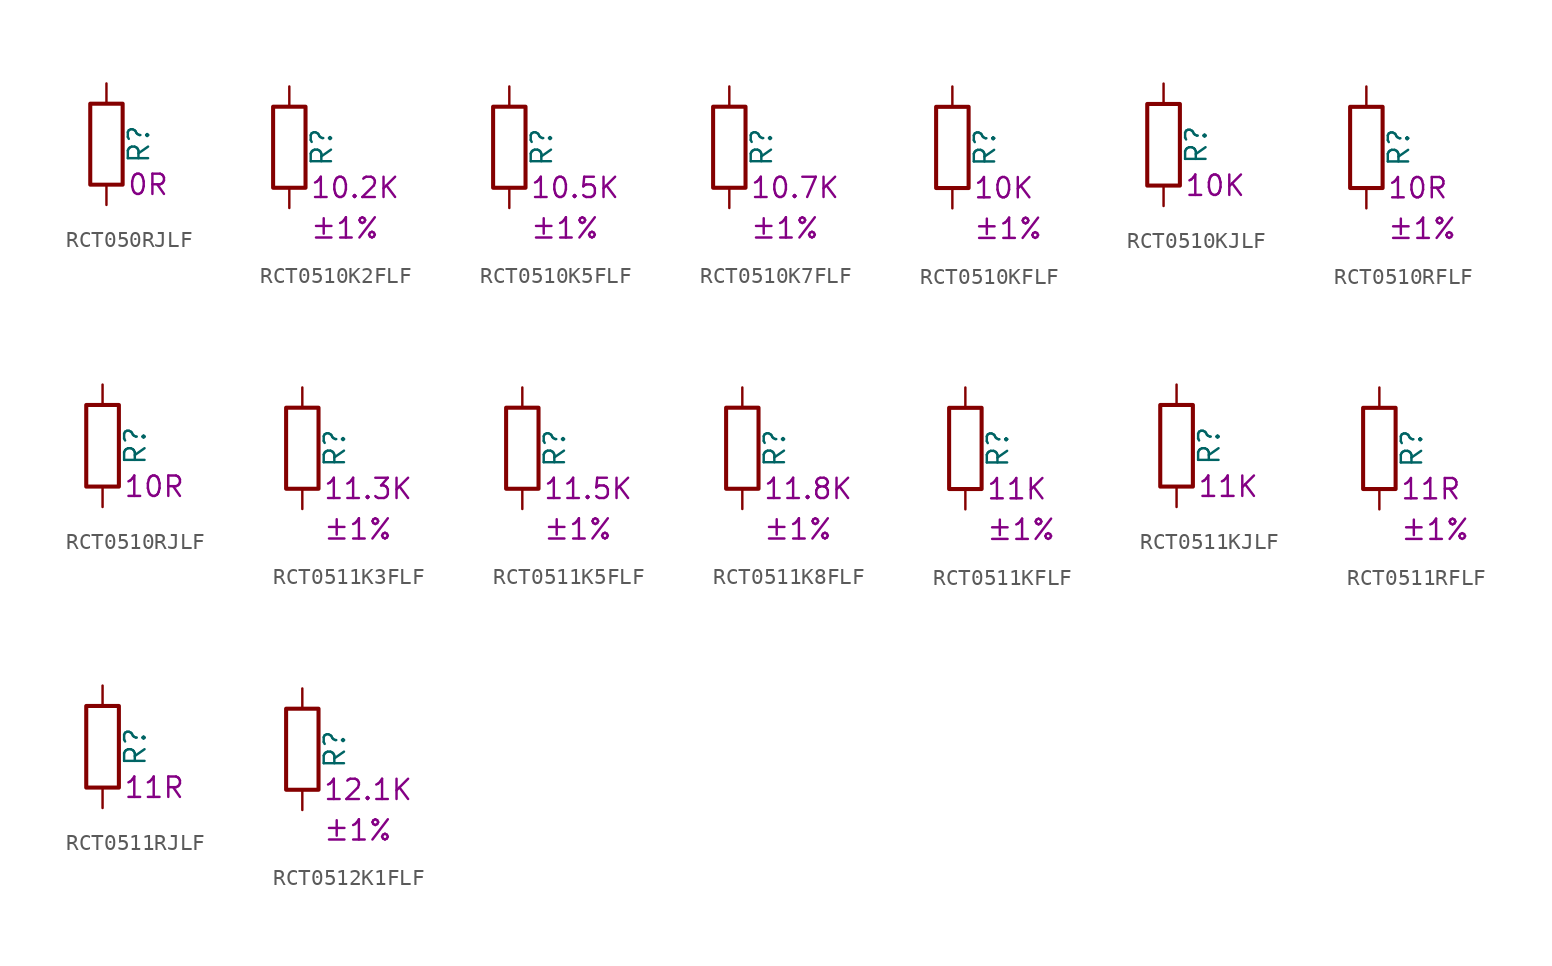
<source format=kicad_sym>
(kicad_symbol_lib
  (version 20220914)
  (generator kicad_symbol_editor)
  (symbol "RCT050RJLF"
    (pin_numbers hide)
    (pin_names
      (offset 0))
    (property "Reference" "R"
      (at 2.032 0 90)
      (effects (font (size 1.27 1.27))))
    (property "Resistance" "0R"
      (at 1.27 -2.54 0)
      (effects (font (size 1.27 1.27)) (justify left)))
    (symbol "RCT050RJLF_0_1"
      (rectangle (start -1.016 -2.54) (end 1.016 2.54) (stroke (width 0.254) (type default)) (fill (type none))))
    (symbol "RCT050RJLF_1_1"
      (pin passive line (at 0 3.81 270) (length 1.27) (name "~" (effects (font (size 1.27 1.27)))) (number "1" (effects (font (size 1.27 1.27)))))
      (pin passive line (at 0 -3.81 90) (length 1.27) (name "~" (effects (font (size 1.27 1.27)))) (number "2" (effects (font (size 1.27 1.27)))))))
  (symbol "RCT0510K2FLF"
    (pin_numbers hide)
    (pin_names
      (offset 0))
    (property "Reference" "R"
      (at 2.032 0 90)
      (effects (font (size 1.27 1.27))))
    (property "Resistance" "10.2K"
      (at 1.27 -2.54 0)
      (effects (font (size 1.27 1.27)) (justify left)))
    (property "Tolerance" "±1%"
      (at 1.27 -5.08 0)
      (effects (font (size 1.27 1.27)) (justify left)))
    (symbol "RCT0510K2FLF_0_1"
      (rectangle (start -1.016 -2.54) (end 1.016 2.54) (stroke (width 0.254) (type default)) (fill (type none))))
    (symbol "RCT0510K2FLF_1_1"
      (pin passive line (at 0 3.81 270) (length 1.27) (name "~" (effects (font (size 1.27 1.27)))) (number "1" (effects (font (size 1.27 1.27)))))
      (pin passive line (at 0 -3.81 90) (length 1.27) (name "~" (effects (font (size 1.27 1.27)))) (number "2" (effects (font (size 1.27 1.27)))))))
  (symbol "RCT0510K5FLF"
    (pin_numbers hide)
    (pin_names
      (offset 0))
    (property "Reference" "R"
      (at 2.032 0 90)
      (effects (font (size 1.27 1.27))))
    (property "Resistance" "10.5K"
      (at 1.27 -2.54 0)
      (effects (font (size 1.27 1.27)) (justify left)))
    (property "Tolerance" "±1%"
      (at 1.27 -5.08 0)
      (effects (font (size 1.27 1.27)) (justify left)))
    (symbol "RCT0510K5FLF_0_1"
      (rectangle (start -1.016 -2.54) (end 1.016 2.54) (stroke (width 0.254) (type default)) (fill (type none))))
    (symbol "RCT0510K5FLF_1_1"
      (pin passive line (at 0 3.81 270) (length 1.27) (name "~" (effects (font (size 1.27 1.27)))) (number "1" (effects (font (size 1.27 1.27)))))
      (pin passive line (at 0 -3.81 90) (length 1.27) (name "~" (effects (font (size 1.27 1.27)))) (number "2" (effects (font (size 1.27 1.27)))))))
  (symbol "RCT0510K7FLF"
    (pin_numbers hide)
    (pin_names
      (offset 0))
    (property "Reference" "R"
      (at 2.032 0 90)
      (effects (font (size 1.27 1.27))))
    (property "Resistance" "10.7K"
      (at 1.27 -2.54 0)
      (effects (font (size 1.27 1.27)) (justify left)))
    (property "Tolerance" "±1%"
      (at 1.27 -5.08 0)
      (effects (font (size 1.27 1.27)) (justify left)))
    (symbol "RCT0510K7FLF_0_1"
      (rectangle (start -1.016 -2.54) (end 1.016 2.54) (stroke (width 0.254) (type default)) (fill (type none))))
    (symbol "RCT0510K7FLF_1_1"
      (pin passive line (at 0 3.81 270) (length 1.27) (name "~" (effects (font (size 1.27 1.27)))) (number "1" (effects (font (size 1.27 1.27)))))
      (pin passive line (at 0 -3.81 90) (length 1.27) (name "~" (effects (font (size 1.27 1.27)))) (number "2" (effects (font (size 1.27 1.27)))))))
  (symbol "RCT0510KFLF"
    (pin_numbers hide)
    (pin_names
      (offset 0))
    (property "Reference" "R"
      (at 2.032 0 90)
      (effects (font (size 1.27 1.27))))
    (property "Resistance" "10K"
      (at 1.27 -2.54 0)
      (effects (font (size 1.27 1.27)) (justify left)))
    (property "Tolerance" "±1%"
      (at 1.27 -5.08 0)
      (effects (font (size 1.27 1.27)) (justify left)))
    (symbol "RCT0510KFLF_0_1"
      (rectangle (start -1.016 -2.54) (end 1.016 2.54) (stroke (width 0.254) (type default)) (fill (type none))))
    (symbol "RCT0510KFLF_1_1"
      (pin passive line (at 0 3.81 270) (length 1.27) (name "~" (effects (font (size 1.27 1.27)))) (number "1" (effects (font (size 1.27 1.27)))))
      (pin passive line (at 0 -3.81 90) (length 1.27) (name "~" (effects (font (size 1.27 1.27)))) (number "2" (effects (font (size 1.27 1.27)))))))
  (symbol "RCT0510KJLF"
    (pin_numbers hide)
    (pin_names
      (offset 0))
    (property "Reference" "R"
      (at 2.032 0 90)
      (effects (font (size 1.27 1.27))))
    (property "Resistance" "10K"
      (at 1.27 -2.54 0)
      (effects (font (size 1.27 1.27)) (justify left)))
    (symbol "RCT0510KJLF_0_1"
      (rectangle (start -1.016 -2.54) (end 1.016 2.54) (stroke (width 0.254) (type default)) (fill (type none))))
    (symbol "RCT0510KJLF_1_1"
      (pin passive line (at 0 3.81 270) (length 1.27) (name "~" (effects (font (size 1.27 1.27)))) (number "1" (effects (font (size 1.27 1.27)))))
      (pin passive line (at 0 -3.81 90) (length 1.27) (name "~" (effects (font (size 1.27 1.27)))) (number "2" (effects (font (size 1.27 1.27)))))))
  (symbol "RCT0510RFLF"
    (pin_numbers hide)
    (pin_names
      (offset 0))
    (property "Reference" "R"
      (at 2.032 0 90)
      (effects (font (size 1.27 1.27))))
    (property "Resistance" "10R"
      (at 1.27 -2.54 0)
      (effects (font (size 1.27 1.27)) (justify left)))
    (property "Tolerance" "±1%"
      (at 1.27 -5.08 0)
      (effects (font (size 1.27 1.27)) (justify left)))
    (symbol "RCT0510RFLF_0_1"
      (rectangle (start -1.016 -2.54) (end 1.016 2.54) (stroke (width 0.254) (type default)) (fill (type none))))
    (symbol "RCT0510RFLF_1_1"
      (pin passive line (at 0 3.81 270) (length 1.27) (name "~" (effects (font (size 1.27 1.27)))) (number "1" (effects (font (size 1.27 1.27)))))
      (pin passive line (at 0 -3.81 90) (length 1.27) (name "~" (effects (font (size 1.27 1.27)))) (number "2" (effects (font (size 1.27 1.27)))))))
  (symbol "RCT0510RJLF"
    (pin_numbers hide)
    (pin_names
      (offset 0))
    (property "Reference" "R"
      (at 2.032 0 90)
      (effects (font (size 1.27 1.27))))
    (property "Resistance" "10R"
      (at 1.27 -2.54 0)
      (effects (font (size 1.27 1.27)) (justify left)))
    (symbol "RCT0510RJLF_0_1"
      (rectangle (start -1.016 -2.54) (end 1.016 2.54) (stroke (width 0.254) (type default)) (fill (type none))))
    (symbol "RCT0510RJLF_1_1"
      (pin passive line (at 0 3.81 270) (length 1.27) (name "~" (effects (font (size 1.27 1.27)))) (number "1" (effects (font (size 1.27 1.27)))))
      (pin passive line (at 0 -3.81 90) (length 1.27) (name "~" (effects (font (size 1.27 1.27)))) (number "2" (effects (font (size 1.27 1.27)))))))
  (symbol "RCT0511K3FLF"
    (pin_numbers hide)
    (pin_names
      (offset 0))
    (property "Reference" "R"
      (at 2.032 0 90)
      (effects (font (size 1.27 1.27))))
    (property "Resistance" "11.3K"
      (at 1.27 -2.54 0)
      (effects (font (size 1.27 1.27)) (justify left)))
    (property "Tolerance" "±1%"
      (at 1.27 -5.08 0)
      (effects (font (size 1.27 1.27)) (justify left)))
    (symbol "RCT0511K3FLF_0_1"
      (rectangle (start -1.016 -2.54) (end 1.016 2.54) (stroke (width 0.254) (type default)) (fill (type none))))
    (symbol "RCT0511K3FLF_1_1"
      (pin passive line (at 0 3.81 270) (length 1.27) (name "~" (effects (font (size 1.27 1.27)))) (number "1" (effects (font (size 1.27 1.27)))))
      (pin passive line (at 0 -3.81 90) (length 1.27) (name "~" (effects (font (size 1.27 1.27)))) (number "2" (effects (font (size 1.27 1.27)))))))
  (symbol "RCT0511K5FLF"
    (pin_numbers hide)
    (pin_names
      (offset 0))
    (property "Reference" "R"
      (at 2.032 0 90)
      (effects (font (size 1.27 1.27))))
    (property "Resistance" "11.5K"
      (at 1.27 -2.54 0)
      (effects (font (size 1.27 1.27)) (justify left)))
    (property "Tolerance" "±1%"
      (at 1.27 -5.08 0)
      (effects (font (size 1.27 1.27)) (justify left)))
    (symbol "RCT0511K5FLF_0_1"
      (rectangle (start -1.016 -2.54) (end 1.016 2.54) (stroke (width 0.254) (type default)) (fill (type none))))
    (symbol "RCT0511K5FLF_1_1"
      (pin passive line (at 0 3.81 270) (length 1.27) (name "~" (effects (font (size 1.27 1.27)))) (number "1" (effects (font (size 1.27 1.27)))))
      (pin passive line (at 0 -3.81 90) (length 1.27) (name "~" (effects (font (size 1.27 1.27)))) (number "2" (effects (font (size 1.27 1.27)))))))
  (symbol "RCT0511K8FLF"
    (pin_numbers hide)
    (pin_names
      (offset 0))
    (property "Reference" "R"
      (at 2.032 0 90)
      (effects (font (size 1.27 1.27))))
    (property "Resistance" "11.8K"
      (at 1.27 -2.54 0)
      (effects (font (size 1.27 1.27)) (justify left)))
    (property "Tolerance" "±1%"
      (at 1.27 -5.08 0)
      (effects (font (size 1.27 1.27)) (justify left)))
    (symbol "RCT0511K8FLF_0_1"
      (rectangle (start -1.016 -2.54) (end 1.016 2.54) (stroke (width 0.254) (type default)) (fill (type none))))
    (symbol "RCT0511K8FLF_1_1"
      (pin passive line (at 0 3.81 270) (length 1.27) (name "~" (effects (font (size 1.27 1.27)))) (number "1" (effects (font (size 1.27 1.27)))))
      (pin passive line (at 0 -3.81 90) (length 1.27) (name "~" (effects (font (size 1.27 1.27)))) (number "2" (effects (font (size 1.27 1.27)))))))
  (symbol "RCT0511KFLF"
    (pin_numbers hide)
    (pin_names
      (offset 0))
    (property "Reference" "R"
      (at 2.032 0 90)
      (effects (font (size 1.27 1.27))))
    (property "Resistance" "11K"
      (at 1.27 -2.54 0)
      (effects (font (size 1.27 1.27)) (justify left)))
    (property "Tolerance" "±1%"
      (at 1.27 -5.08 0)
      (effects (font (size 1.27 1.27)) (justify left)))
    (symbol "RCT0511KFLF_0_1"
      (rectangle (start -1.016 -2.54) (end 1.016 2.54) (stroke (width 0.254) (type default)) (fill (type none))))
    (symbol "RCT0511KFLF_1_1"
      (pin passive line (at 0 3.81 270) (length 1.27) (name "~" (effects (font (size 1.27 1.27)))) (number "1" (effects (font (size 1.27 1.27)))))
      (pin passive line (at 0 -3.81 90) (length 1.27) (name "~" (effects (font (size 1.27 1.27)))) (number "2" (effects (font (size 1.27 1.27)))))))
  (symbol "RCT0511KJLF"
    (pin_numbers hide)
    (pin_names
      (offset 0))
    (property "Reference" "R"
      (at 2.032 0 90)
      (effects (font (size 1.27 1.27))))
    (property "Resistance" "11K"
      (at 1.27 -2.54 0)
      (effects (font (size 1.27 1.27)) (justify left)))
    (symbol "RCT0511KJLF_0_1"
      (rectangle (start -1.016 -2.54) (end 1.016 2.54) (stroke (width 0.254) (type default)) (fill (type none))))
    (symbol "RCT0511KJLF_1_1"
      (pin passive line (at 0 3.81 270) (length 1.27) (name "~" (effects (font (size 1.27 1.27)))) (number "1" (effects (font (size 1.27 1.27)))))
      (pin passive line (at 0 -3.81 90) (length 1.27) (name "~" (effects (font (size 1.27 1.27)))) (number "2" (effects (font (size 1.27 1.27)))))))
  (symbol "RCT0511RFLF"
    (pin_numbers hide)
    (pin_names
      (offset 0))
    (property "Reference" "R"
      (at 2.032 0 90)
      (effects (font (size 1.27 1.27))))
    (property "Resistance" "11R"
      (at 1.27 -2.54 0)
      (effects (font (size 1.27 1.27)) (justify left)))
    (property "Tolerance" "±1%"
      (at 1.27 -5.08 0)
      (effects (font (size 1.27 1.27)) (justify left)))
    (symbol "RCT0511RFLF_0_1"
      (rectangle (start -1.016 -2.54) (end 1.016 2.54) (stroke (width 0.254) (type default)) (fill (type none))))
    (symbol "RCT0511RFLF_1_1"
      (pin passive line (at 0 3.81 270) (length 1.27) (name "~" (effects (font (size 1.27 1.27)))) (number "1" (effects (font (size 1.27 1.27)))))
      (pin passive line (at 0 -3.81 90) (length 1.27) (name "~" (effects (font (size 1.27 1.27)))) (number "2" (effects (font (size 1.27 1.27)))))))
  (symbol "RCT0511RJLF"
    (pin_numbers hide)
    (pin_names
      (offset 0))
    (property "Reference" "R"
      (at 2.032 0 90)
      (effects (font (size 1.27 1.27))))
    (property "Resistance" "11R"
      (at 1.27 -2.54 0)
      (effects (font (size 1.27 1.27)) (justify left)))
    (symbol "RCT0511RJLF_0_1"
      (rectangle (start -1.016 -2.54) (end 1.016 2.54) (stroke (width 0.254) (type default)) (fill (type none))))
    (symbol "RCT0511RJLF_1_1"
      (pin passive line (at 0 3.81 270) (length 1.27) (name "~" (effects (font (size 1.27 1.27)))) (number "1" (effects (font (size 1.27 1.27)))))
      (pin passive line (at 0 -3.81 90) (length 1.27) (name "~" (effects (font (size 1.27 1.27)))) (number "2" (effects (font (size 1.27 1.27)))))))
  (symbol "RCT0512K1FLF"
    (pin_numbers hide)
    (pin_names
      (offset 0))
    (property "Reference" "R"
      (at 2.032 0 90)
      (effects (font (size 1.27 1.27))))
    (property "Resistance" "12.1K"
      (at 1.27 -2.54 0)
      (effects (font (size 1.27 1.27)) (justify left)))
    (property "Tolerance" "±1%"
      (at 1.27 -5.08 0)
      (effects (font (size 1.27 1.27)) (justify left)))
    (symbol "RCT0512K1FLF_0_1"
      (rectangle (start -1.016 -2.54) (end 1.016 2.54) (stroke (width 0.254) (type default)) (fill (type none))))
    (symbol "RCT0512K1FLF_1_1"
      (pin passive line (at 0 3.81 270) (length 1.27) (name "~" (effects (font (size 1.27 1.27)))) (number "1" (effects (font (size 1.27 1.27)))))
      (pin passive line (at 0 -3.81 90) (length 1.27) (name "~" (effects (font (size 1.27 1.27)))) (number "2" (effects (font (size 1.27 1.27))))))))
</source>
